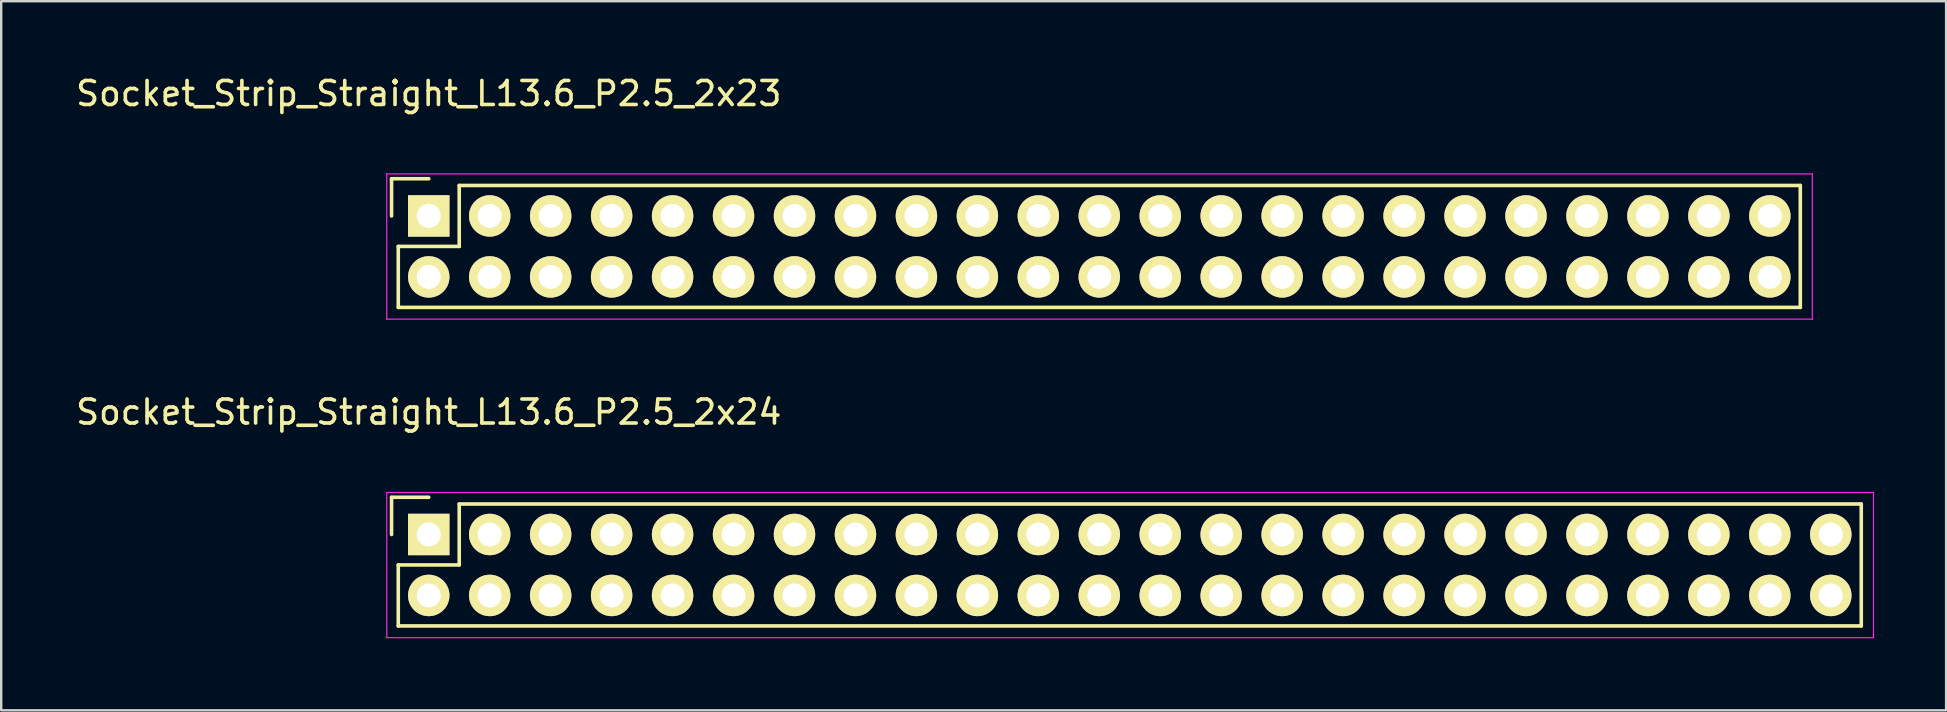
<source format=kicad_pcb>
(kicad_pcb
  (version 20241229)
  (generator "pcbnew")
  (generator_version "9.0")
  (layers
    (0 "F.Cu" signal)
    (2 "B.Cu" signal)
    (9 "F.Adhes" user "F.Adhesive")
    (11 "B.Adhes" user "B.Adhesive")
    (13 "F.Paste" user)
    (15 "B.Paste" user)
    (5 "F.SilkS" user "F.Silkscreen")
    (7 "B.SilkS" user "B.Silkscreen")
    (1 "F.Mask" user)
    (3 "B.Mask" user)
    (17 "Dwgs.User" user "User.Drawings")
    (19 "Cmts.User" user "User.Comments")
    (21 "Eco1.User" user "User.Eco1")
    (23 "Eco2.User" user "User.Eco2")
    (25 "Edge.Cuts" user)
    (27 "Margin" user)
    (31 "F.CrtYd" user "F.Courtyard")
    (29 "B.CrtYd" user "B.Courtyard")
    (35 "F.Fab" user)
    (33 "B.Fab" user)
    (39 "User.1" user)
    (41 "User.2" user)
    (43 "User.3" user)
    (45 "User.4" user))
  (footprint "Socket_Strip_Straight_L13.6_P2.5_2x23"
    (layer "F.Cu")
    (at 14.815 5.948)
    (property "Reference" "Socket_Strip_Straight_L13.6_P2.5_2x23" (at 0 -5.1 0) (layer "F.SilkS") (effects (font (size 1 1) (thickness 0.15))))
    (attr through_hole)
    (fp_line (start -1.55 -1.55) (end -1.55 0) (stroke (width 0.15) (type solid)) (layer "F.SilkS"))
    (fp_line (start -1.27 1.27) (end 1.27 1.27) (stroke (width 0.15) (type solid)) (layer "F.SilkS"))
    (fp_line (start -1.27 3.81) (end -1.27 1.27) (stroke (width 0.15) (type solid)) (layer "F.SilkS"))
    (fp_line (start 0 -1.55) (end -1.55 -1.55) (stroke (width 0.15) (type solid)) (layer "F.SilkS"))
    (fp_line (start 1.27 1.27) (end 1.27 -1.27) (stroke (width 0.15) (type solid)) (layer "F.SilkS"))
    (fp_line (start 57.15 -1.27) (end 1.27 -1.27) (stroke (width 0.15) (type solid)) (layer "F.SilkS"))
    (fp_line (start 57.15 3.81) (end -1.27 3.81) (stroke (width 0.15) (type solid)) (layer "F.SilkS"))
    (fp_line (start 57.15 3.81) (end 57.15 -1.27) (stroke (width 0.15) (type solid)) (layer "F.SilkS"))
    (fp_line (start -1.75 -1.75) (end -1.75 4.3) (stroke (width 0.05) (type solid)) (layer "F.CrtYd"))
    (fp_line (start -1.75 -1.75) (end 57.65 -1.75) (stroke (width 0.05) (type solid)) (layer "F.CrtYd"))
    (fp_line (start -1.75 4.3) (end 57.65 4.3) (stroke (width 0.05) (type solid)) (layer "F.CrtYd"))
    (fp_line (start 57.65 -1.75) (end 57.65 4.3) (stroke (width 0.05) (type solid)) (layer "F.CrtYd"))
    (pad "1" thru_hole rect (at 0 0) (size 1.727 1.727) (drill 1) (layers "*.Cu" "*.Mask" "F.SilkS"))
    (pad "2" thru_hole oval (at 0 2.54) (size 1.727 1.727) (drill 1) (layers "*.Cu" "*.Mask" "F.SilkS"))
    (pad "3" thru_hole oval (at 2.54 0) (size 1.727 1.727) (drill 1) (layers "*.Cu" "*.Mask" "F.SilkS"))
    (pad "4" thru_hole oval (at 2.54 2.54) (size 1.727 1.727) (drill 1) (layers "*.Cu" "*.Mask" "F.SilkS"))
    (pad "5" thru_hole oval (at 5.08 0) (size 1.727 1.727) (drill 1) (layers "*.Cu" "*.Mask" "F.SilkS"))
    (pad "6" thru_hole oval (at 5.08 2.54) (size 1.727 1.727) (drill 1) (layers "*.Cu" "*.Mask" "F.SilkS"))
    (pad "7" thru_hole oval (at 7.62 0) (size 1.727 1.727) (drill 1) (layers "*.Cu" "*.Mask" "F.SilkS"))
    (pad "8" thru_hole oval (at 7.62 2.54) (size 1.727 1.727) (drill 1) (layers "*.Cu" "*.Mask" "F.SilkS"))
    (pad "9" thru_hole oval (at 10.16 0) (size 1.727 1.727) (drill 1) (layers "*.Cu" "*.Mask" "F.SilkS"))
    (pad "10" thru_hole oval (at 10.16 2.54) (size 1.727 1.727) (drill 1) (layers "*.Cu" "*.Mask" "F.SilkS"))
    (pad "11" thru_hole oval (at 12.7 0) (size 1.727 1.727) (drill 1) (layers "*.Cu" "*.Mask" "F.SilkS"))
    (pad "12" thru_hole oval (at 12.7 2.54) (size 1.727 1.727) (drill 1) (layers "*.Cu" "*.Mask" "F.SilkS"))
    (pad "13" thru_hole oval (at 15.24 0) (size 1.727 1.727) (drill 1) (layers "*.Cu" "*.Mask" "F.SilkS"))
    (pad "14" thru_hole oval (at 15.24 2.54) (size 1.727 1.727) (drill 1) (layers "*.Cu" "*.Mask" "F.SilkS"))
    (pad "15" thru_hole oval (at 17.78 0) (size 1.727 1.727) (drill 1) (layers "*.Cu" "*.Mask" "F.SilkS"))
    (pad "16" thru_hole oval (at 17.78 2.54) (size 1.727 1.727) (drill 1) (layers "*.Cu" "*.Mask" "F.SilkS"))
    (pad "17" thru_hole oval (at 20.32 0) (size 1.727 1.727) (drill 1) (layers "*.Cu" "*.Mask" "F.SilkS"))
    (pad "18" thru_hole oval (at 20.32 2.54) (size 1.727 1.727) (drill 1) (layers "*.Cu" "*.Mask" "F.SilkS"))
    (pad "19" thru_hole oval (at 22.86 0) (size 1.727 1.727) (drill 1) (layers "*.Cu" "*.Mask" "F.SilkS"))
    (pad "20" thru_hole oval (at 22.86 2.54) (size 1.727 1.727) (drill 1) (layers "*.Cu" "*.Mask" "F.SilkS"))
    (pad "21" thru_hole oval (at 25.4 0) (size 1.727 1.727) (drill 1) (layers "*.Cu" "*.Mask" "F.SilkS"))
    (pad "22" thru_hole oval (at 25.4 2.54) (size 1.727 1.727) (drill 1) (layers "*.Cu" "*.Mask" "F.SilkS"))
    (pad "23" thru_hole oval (at 27.94 0) (size 1.727 1.727) (drill 1) (layers "*.Cu" "*.Mask" "F.SilkS"))
    (pad "24" thru_hole oval (at 27.94 2.54) (size 1.727 1.727) (drill 1) (layers "*.Cu" "*.Mask" "F.SilkS"))
    (pad "25" thru_hole oval (at 30.48 0) (size 1.727 1.727) (drill 1) (layers "*.Cu" "*.Mask" "F.SilkS"))
    (pad "26" thru_hole oval (at 30.48 2.54) (size 1.727 1.727) (drill 1) (layers "*.Cu" "*.Mask" "F.SilkS"))
    (pad "27" thru_hole oval (at 33.02 0) (size 1.727 1.727) (drill 1) (layers "*.Cu" "*.Mask" "F.SilkS"))
    (pad "28" thru_hole oval (at 33.02 2.54) (size 1.727 1.727) (drill 1) (layers "*.Cu" "*.Mask" "F.SilkS"))
    (pad "29" thru_hole oval (at 35.56 0) (size 1.727 1.727) (drill 1) (layers "*.Cu" "*.Mask" "F.SilkS"))
    (pad "30" thru_hole oval (at 35.56 2.54) (size 1.727 1.727) (drill 1) (layers "*.Cu" "*.Mask" "F.SilkS"))
    (pad "31" thru_hole oval (at 38.1 0) (size 1.727 1.727) (drill 1) (layers "*.Cu" "*.Mask" "F.SilkS"))
    (pad "32" thru_hole oval (at 38.1 2.54) (size 1.727 1.727) (drill 1) (layers "*.Cu" "*.Mask" "F.SilkS"))
    (pad "33" thru_hole oval (at 40.64 0) (size 1.727 1.727) (drill 1) (layers "*.Cu" "*.Mask" "F.SilkS"))
    (pad "34" thru_hole oval (at 40.64 2.54) (size 1.727 1.727) (drill 1) (layers "*.Cu" "*.Mask" "F.SilkS"))
    (pad "35" thru_hole oval (at 43.18 0) (size 1.727 1.727) (drill 1) (layers "*.Cu" "*.Mask" "F.SilkS"))
    (pad "36" thru_hole oval (at 43.18 2.54) (size 1.727 1.727) (drill 1) (layers "*.Cu" "*.Mask" "F.SilkS"))
    (pad "37" thru_hole oval (at 45.72 0) (size 1.727 1.727) (drill 1) (layers "*.Cu" "*.Mask" "F.SilkS"))
    (pad "38" thru_hole oval (at 45.72 2.54) (size 1.727 1.727) (drill 1) (layers "*.Cu" "*.Mask" "F.SilkS"))
    (pad "39" thru_hole oval (at 48.26 0) (size 1.727 1.727) (drill 1) (layers "*.Cu" "*.Mask" "F.SilkS"))
    (pad "40" thru_hole oval (at 48.26 2.54) (size 1.727 1.727) (drill 1) (layers "*.Cu" "*.Mask" "F.SilkS"))
    (pad "41" thru_hole oval (at 50.8 0) (size 1.727 1.727) (drill 1) (layers "*.Cu" "*.Mask" "F.SilkS"))
    (pad "42" thru_hole oval (at 50.8 2.54) (size 1.727 1.727) (drill 1) (layers "*.Cu" "*.Mask" "F.SilkS"))
    (pad "43" thru_hole oval (at 53.34 0) (size 1.727 1.727) (drill 1) (layers "*.Cu" "*.Mask" "F.SilkS"))
    (pad "44" thru_hole oval (at 53.34 2.54) (size 1.727 1.727) (drill 1) (layers "*.Cu" "*.Mask" "F.SilkS"))
    (pad "45" thru_hole oval (at 55.88 0) (size 1.727 1.727) (drill 1) (layers "*.Cu" "*.Mask" "F.SilkS"))
    (pad "46" thru_hole oval (at 55.88 2.54) (size 1.727 1.727) (drill 1) (layers "*.Cu" "*.Mask" "F.SilkS")))
  (footprint "Socket_Strip_Straight_L13.6_P2.5_2x24"
    (layer "F.Cu")
    (at 14.815 19.221)
    (property "Reference" "Socket_Strip_Straight_L13.6_P2.5_2x24" (at 0 -5.1 0) (layer "F.SilkS") (effects (font (size 1 1) (thickness 0.15))))
    (attr through_hole)
    (fp_line (start -1.55 -1.55) (end -1.55 0) (stroke (width 0.15) (type solid)) (layer "F.SilkS"))
    (fp_line (start -1.27 1.27) (end 1.27 1.27) (stroke (width 0.15) (type solid)) (layer "F.SilkS"))
    (fp_line (start -1.27 3.81) (end -1.27 1.27) (stroke (width 0.15) (type solid)) (layer "F.SilkS"))
    (fp_line (start 0 -1.55) (end -1.55 -1.55) (stroke (width 0.15) (type solid)) (layer "F.SilkS"))
    (fp_line (start 1.27 -1.27) (end 59.69 -1.27) (stroke (width 0.15) (type solid)) (layer "F.SilkS"))
    (fp_line (start 1.27 1.27) (end 1.27 -1.27) (stroke (width 0.15) (type solid)) (layer "F.SilkS"))
    (fp_line (start 59.69 3.81) (end -1.27 3.81) (stroke (width 0.15) (type solid)) (layer "F.SilkS"))
    (fp_line (start 59.69 3.81) (end 59.69 -1.27) (stroke (width 0.15) (type solid)) (layer "F.SilkS"))
    (fp_line (start -1.75 -1.75) (end -1.75 4.3) (stroke (width 0.05) (type solid)) (layer "F.CrtYd"))
    (fp_line (start -1.75 -1.75) (end 60.2 -1.75) (stroke (width 0.05) (type solid)) (layer "F.CrtYd"))
    (fp_line (start -1.75 4.3) (end 60.2 4.3) (stroke (width 0.05) (type solid)) (layer "F.CrtYd"))
    (fp_line (start 60.2 -1.75) (end 60.2 4.3) (stroke (width 0.05) (type solid)) (layer "F.CrtYd"))
    (pad "1" thru_hole rect (at 0 0) (size 1.727 1.727) (drill 1) (layers "*.Cu" "*.Mask" "F.SilkS"))
    (pad "2" thru_hole oval (at 0 2.54) (size 1.727 1.727) (drill 1) (layers "*.Cu" "*.Mask" "F.SilkS"))
    (pad "3" thru_hole oval (at 2.54 0) (size 1.727 1.727) (drill 1) (layers "*.Cu" "*.Mask" "F.SilkS"))
    (pad "4" thru_hole oval (at 2.54 2.54) (size 1.727 1.727) (drill 1) (layers "*.Cu" "*.Mask" "F.SilkS"))
    (pad "5" thru_hole oval (at 5.08 0) (size 1.727 1.727) (drill 1) (layers "*.Cu" "*.Mask" "F.SilkS"))
    (pad "6" thru_hole oval (at 5.08 2.54) (size 1.727 1.727) (drill 1) (layers "*.Cu" "*.Mask" "F.SilkS"))
    (pad "7" thru_hole oval (at 7.62 0) (size 1.727 1.727) (drill 1) (layers "*.Cu" "*.Mask" "F.SilkS"))
    (pad "8" thru_hole oval (at 7.62 2.54) (size 1.727 1.727) (drill 1) (layers "*.Cu" "*.Mask" "F.SilkS"))
    (pad "9" thru_hole oval (at 10.16 0) (size 1.727 1.727) (drill 1) (layers "*.Cu" "*.Mask" "F.SilkS"))
    (pad "10" thru_hole oval (at 10.16 2.54) (size 1.727 1.727) (drill 1) (layers "*.Cu" "*.Mask" "F.SilkS"))
    (pad "11" thru_hole oval (at 12.7 0) (size 1.727 1.727) (drill 1) (layers "*.Cu" "*.Mask" "F.SilkS"))
    (pad "12" thru_hole oval (at 12.7 2.54) (size 1.727 1.727) (drill 1) (layers "*.Cu" "*.Mask" "F.SilkS"))
    (pad "13" thru_hole oval (at 15.24 0) (size 1.727 1.727) (drill 1) (layers "*.Cu" "*.Mask" "F.SilkS"))
    (pad "14" thru_hole oval (at 15.24 2.54) (size 1.727 1.727) (drill 1) (layers "*.Cu" "*.Mask" "F.SilkS"))
    (pad "15" thru_hole oval (at 17.78 0) (size 1.727 1.727) (drill 1) (layers "*.Cu" "*.Mask" "F.SilkS"))
    (pad "16" thru_hole oval (at 17.78 2.54) (size 1.727 1.727) (drill 1) (layers "*.Cu" "*.Mask" "F.SilkS"))
    (pad "17" thru_hole oval (at 20.32 0) (size 1.727 1.727) (drill 1) (layers "*.Cu" "*.Mask" "F.SilkS"))
    (pad "18" thru_hole oval (at 20.32 2.54) (size 1.727 1.727) (drill 1) (layers "*.Cu" "*.Mask" "F.SilkS"))
    (pad "19" thru_hole oval (at 22.86 0) (size 1.727 1.727) (drill 1) (layers "*.Cu" "*.Mask" "F.SilkS"))
    (pad "20" thru_hole oval (at 22.86 2.54) (size 1.727 1.727) (drill 1) (layers "*.Cu" "*.Mask" "F.SilkS"))
    (pad "21" thru_hole oval (at 25.4 0) (size 1.727 1.727) (drill 1) (layers "*.Cu" "*.Mask" "F.SilkS"))
    (pad "22" thru_hole oval (at 25.4 2.54) (size 1.727 1.727) (drill 1) (layers "*.Cu" "*.Mask" "F.SilkS"))
    (pad "23" thru_hole oval (at 27.94 0) (size 1.727 1.727) (drill 1) (layers "*.Cu" "*.Mask" "F.SilkS"))
    (pad "24" thru_hole oval (at 27.94 2.54) (size 1.727 1.727) (drill 1) (layers "*.Cu" "*.Mask" "F.SilkS"))
    (pad "25" thru_hole oval (at 30.48 0) (size 1.727 1.727) (drill 1) (layers "*.Cu" "*.Mask" "F.SilkS"))
    (pad "26" thru_hole oval (at 30.48 2.54) (size 1.727 1.727) (drill 1) (layers "*.Cu" "*.Mask" "F.SilkS"))
    (pad "27" thru_hole oval (at 33.02 0) (size 1.727 1.727) (drill 1) (layers "*.Cu" "*.Mask" "F.SilkS"))
    (pad "28" thru_hole oval (at 33.02 2.54) (size 1.727 1.727) (drill 1) (layers "*.Cu" "*.Mask" "F.SilkS"))
    (pad "29" thru_hole oval (at 35.56 0) (size 1.727 1.727) (drill 1) (layers "*.Cu" "*.Mask" "F.SilkS"))
    (pad "30" thru_hole oval (at 35.56 2.54) (size 1.727 1.727) (drill 1) (layers "*.Cu" "*.Mask" "F.SilkS"))
    (pad "31" thru_hole oval (at 38.1 0) (size 1.727 1.727) (drill 1) (layers "*.Cu" "*.Mask" "F.SilkS"))
    (pad "32" thru_hole oval (at 38.1 2.54) (size 1.727 1.727) (drill 1) (layers "*.Cu" "*.Mask" "F.SilkS"))
    (pad "33" thru_hole oval (at 40.64 0) (size 1.727 1.727) (drill 1) (layers "*.Cu" "*.Mask" "F.SilkS"))
    (pad "34" thru_hole oval (at 40.64 2.54) (size 1.727 1.727) (drill 1) (layers "*.Cu" "*.Mask" "F.SilkS"))
    (pad "35" thru_hole oval (at 43.18 0) (size 1.727 1.727) (drill 1) (layers "*.Cu" "*.Mask" "F.SilkS"))
    (pad "36" thru_hole oval (at 43.18 2.54) (size 1.727 1.727) (drill 1) (layers "*.Cu" "*.Mask" "F.SilkS"))
    (pad "37" thru_hole oval (at 45.72 0) (size 1.727 1.727) (drill 1) (layers "*.Cu" "*.Mask" "F.SilkS"))
    (pad "38" thru_hole oval (at 45.72 2.54) (size 1.727 1.727) (drill 1) (layers "*.Cu" "*.Mask" "F.SilkS"))
    (pad "39" thru_hole oval (at 48.26 0) (size 1.727 1.727) (drill 1) (layers "*.Cu" "*.Mask" "F.SilkS"))
    (pad "40" thru_hole oval (at 48.26 2.54) (size 1.727 1.727) (drill 1) (layers "*.Cu" "*.Mask" "F.SilkS"))
    (pad "41" thru_hole oval (at 50.8 0) (size 1.727 1.727) (drill 1) (layers "*.Cu" "*.Mask" "F.SilkS"))
    (pad "42" thru_hole oval (at 50.8 2.54) (size 1.727 1.727) (drill 1) (layers "*.Cu" "*.Mask" "F.SilkS"))
    (pad "43" thru_hole oval (at 53.34 0) (size 1.727 1.727) (drill 1) (layers "*.Cu" "*.Mask" "F.SilkS"))
    (pad "44" thru_hole oval (at 53.34 2.54) (size 1.727 1.727) (drill 1) (layers "*.Cu" "*.Mask" "F.SilkS"))
    (pad "45" thru_hole oval (at 55.88 0) (size 1.727 1.727) (drill 1) (layers "*.Cu" "*.Mask" "F.SilkS"))
    (pad "46" thru_hole oval (at 55.88 2.54) (size 1.727 1.727) (drill 1) (layers "*.Cu" "*.Mask" "F.SilkS"))
    (pad "47" thru_hole oval (at 58.42 0) (size 1.727 1.727) (drill 1) (layers "*.Cu" "*.Mask" "F.SilkS"))
    (pad "48" thru_hole oval (at 58.42 2.54) (size 1.727 1.727) (drill 1) (layers "*.Cu" "*.Mask" "F.SilkS")))
  (gr_rect
    (start -3 -3)
    (end 78.04 26.547)
    (stroke (width 0.1) (type default))
    (fill no)
    (layer "Edge.Cuts")))
</source>
